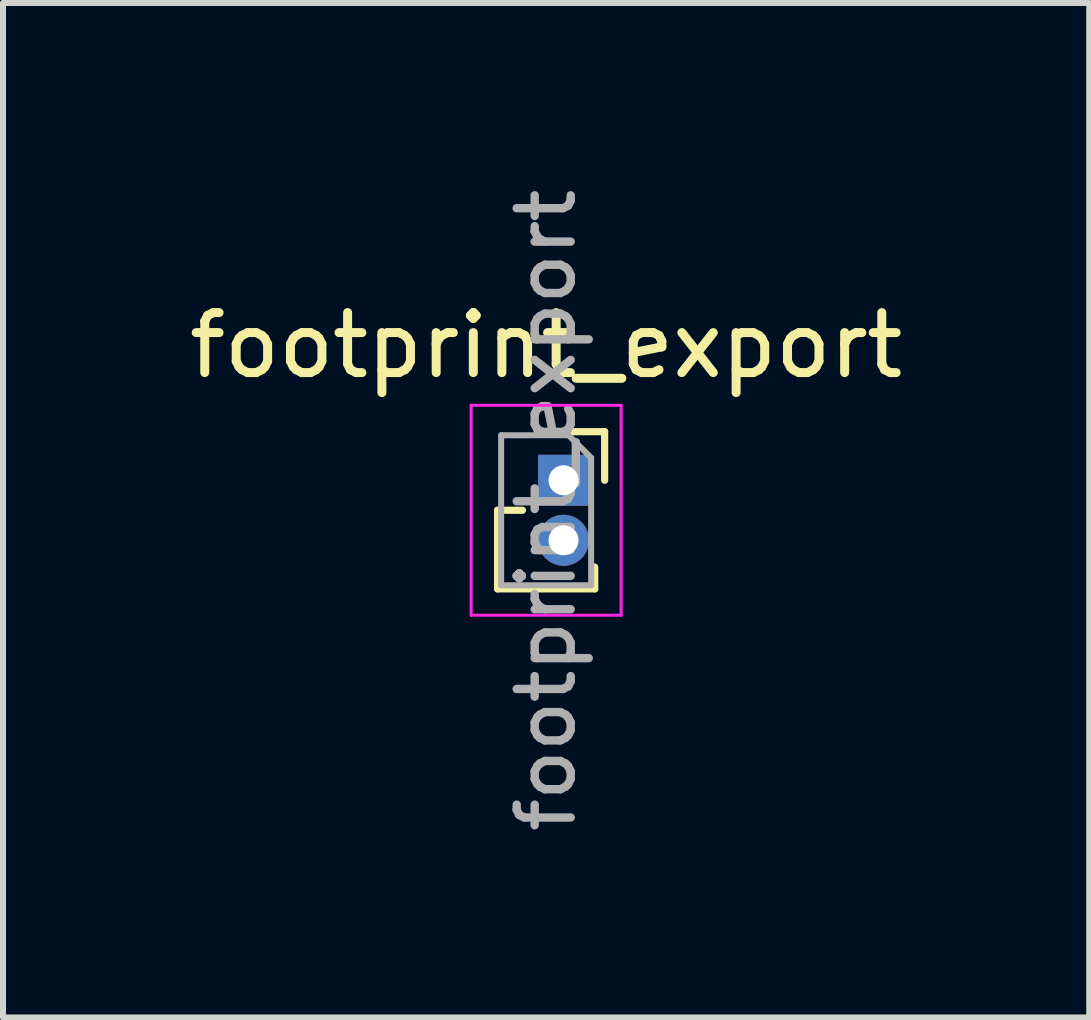
<source format=kicad_pcb>
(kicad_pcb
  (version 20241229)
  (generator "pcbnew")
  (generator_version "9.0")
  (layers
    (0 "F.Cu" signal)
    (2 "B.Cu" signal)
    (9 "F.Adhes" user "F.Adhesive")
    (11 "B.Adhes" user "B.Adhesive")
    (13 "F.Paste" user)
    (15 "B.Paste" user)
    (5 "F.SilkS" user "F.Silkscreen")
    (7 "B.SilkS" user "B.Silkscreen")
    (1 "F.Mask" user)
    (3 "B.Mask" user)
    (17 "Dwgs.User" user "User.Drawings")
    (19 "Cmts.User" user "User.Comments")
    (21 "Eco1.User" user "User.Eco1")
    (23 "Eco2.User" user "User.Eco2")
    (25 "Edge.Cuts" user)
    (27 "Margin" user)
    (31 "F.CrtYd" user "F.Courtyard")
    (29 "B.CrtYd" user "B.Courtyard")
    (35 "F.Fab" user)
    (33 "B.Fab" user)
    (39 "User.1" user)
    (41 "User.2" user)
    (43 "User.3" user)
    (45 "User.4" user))
  (footprint "footprint_export"
    (layer "F.Cu")
    (at 6.344 4.956)
    (property "Reference" "footprint_export" (at -0.29 -2.25 0) (layer "F.SilkS") (effects (font (size 1 1) (thickness 0.15))))
    (attr through_hole)
    (fp_line (start -1.1 0.5) (end -1.1 1.81) (stroke (width 0.12) (type solid)) (layer "F.SilkS"))
    (fp_line (start -1.1 0.5) (end -0.685 0.5) (stroke (width 0.12) (type solid)) (layer "F.SilkS"))
    (fp_line (start -1.1 1.81) (end 0.52 1.81) (stroke (width 0.12) (type solid)) (layer "F.SilkS"))
    (fp_line (start 0 -0.81) (end 0.685 -0.81) (stroke (width 0.12) (type solid)) (layer "F.SilkS"))
    (fp_line (start 0.52 1.446) (end 0.52 1.81) (stroke (width 0.12) (type solid)) (layer "F.SilkS"))
    (fp_line (start 0.685 -0.81) (end 0.685 0) (stroke (width 0.12) (type solid)) (layer "F.SilkS"))
    (fp_line (start -1.54 -1.25) (end 0.96 -1.25) (stroke (width 0.05) (type solid)) (layer "F.CrtYd"))
    (fp_line (start -1.54 2.25) (end -1.54 -1.25) (stroke (width 0.05) (type solid)) (layer "F.CrtYd"))
    (fp_line (start 0.96 -1.25) (end 0.96 2.25) (stroke (width 0.05) (type solid)) (layer "F.CrtYd"))
    (fp_line (start 0.96 2.25) (end -1.54 2.25) (stroke (width 0.05) (type solid)) (layer "F.CrtYd"))
    (fp_line (start -1.04 -0.75) (end 0.085 -0.75) (stroke (width 0.1) (type solid)) (layer "F.Fab"))
    (fp_line (start -1.04 1.75) (end -1.04 -0.75) (stroke (width 0.1) (type solid)) (layer "F.Fab"))
    (fp_line (start 0.085 -0.75) (end 0.46 -0.375) (stroke (width 0.1) (type solid)) (layer "F.Fab"))
    (fp_line (start 0.46 -0.375) (end 0.46 1.75) (stroke (width 0.1) (type solid)) (layer "F.Fab"))
    (fp_line (start 0.46 1.75) (end -1.04 1.75) (stroke (width 0.1) (type solid)) (layer "F.Fab"))
    (fp_text user "${REFERENCE}" (at -0.29 0.5 90) (layer "F.Fab") (effects (font (size 0.9 0.9) (thickness 0.14))))
    (pad "1" thru_hole rect (at 0 0) (size 0.85 0.85) (drill 0.5) (layers "*.Cu" "*.Mask"))
    (pad "2" thru_hole oval (at 0 1) (size 0.85 0.85) (drill 0.5) (layers "*.Cu" "*.Mask")))
  (gr_rect
    (start -3 -3)
    (end 15.107 13.911)
    (stroke (width 0.1) (type default))
    (fill no)
    (layer "Edge.Cuts")))
</source>
